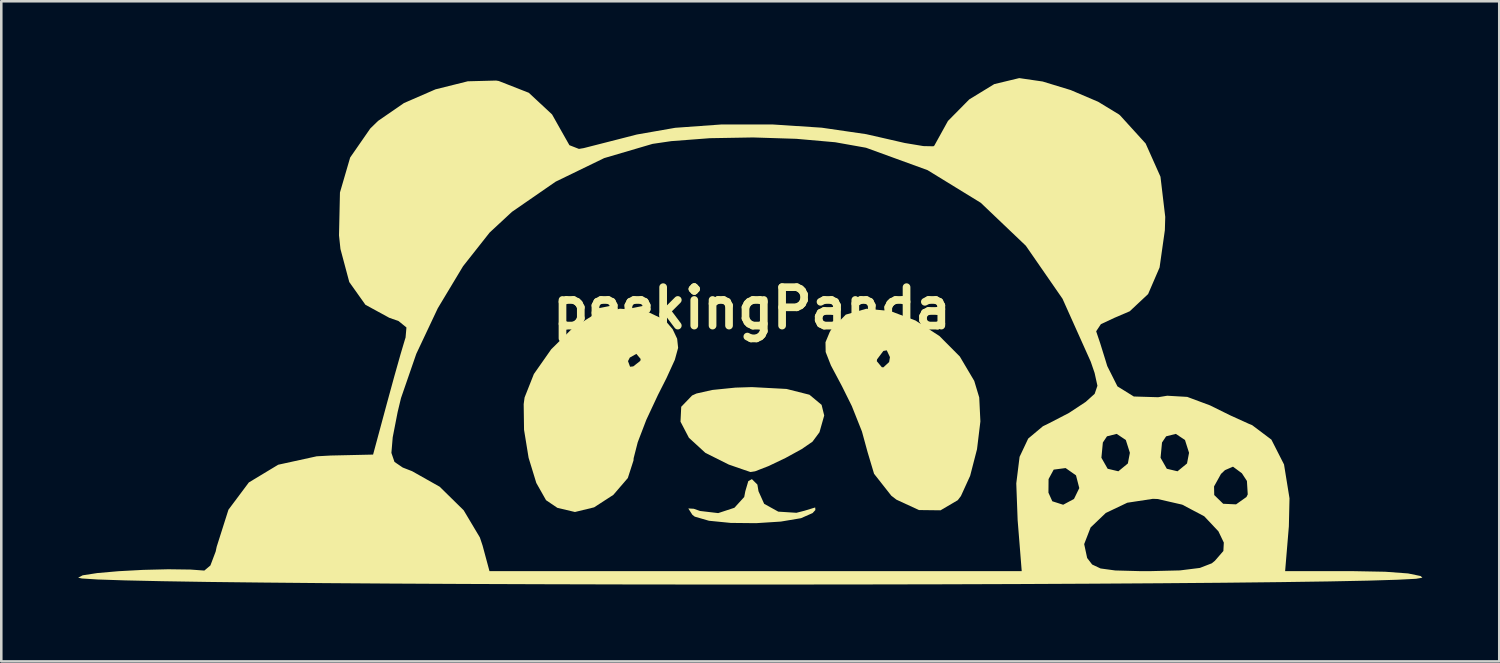
<source format=kicad_pcb>
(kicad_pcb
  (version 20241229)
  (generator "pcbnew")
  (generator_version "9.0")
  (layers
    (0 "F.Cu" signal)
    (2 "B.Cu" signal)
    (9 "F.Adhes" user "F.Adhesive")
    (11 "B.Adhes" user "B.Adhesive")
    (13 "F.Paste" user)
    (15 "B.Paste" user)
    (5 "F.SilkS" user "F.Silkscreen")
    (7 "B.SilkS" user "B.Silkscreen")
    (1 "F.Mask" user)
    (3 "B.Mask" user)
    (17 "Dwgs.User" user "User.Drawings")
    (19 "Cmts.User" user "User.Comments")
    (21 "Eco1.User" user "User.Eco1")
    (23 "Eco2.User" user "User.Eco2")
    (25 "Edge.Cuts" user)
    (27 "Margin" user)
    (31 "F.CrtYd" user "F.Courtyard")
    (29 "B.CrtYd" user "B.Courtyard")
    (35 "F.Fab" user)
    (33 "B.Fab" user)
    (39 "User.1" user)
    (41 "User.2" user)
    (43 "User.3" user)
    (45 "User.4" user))
  (footprint "peekingPanda"
    (layer "F.Cu")
    (at 26.298 8.98)
    (property "Reference" "peekingPanda" (at 0 0 0) (layer "F.SilkS") (effects (font (size 1.5 1.5) (thickness 0.3))))
    (attr board_only exclude_from_pos_files exclude_from_bom)
    (fp_poly (pts (xy 1.351 3.151) (xy 2.246 3.377) (xy 2.72 3.772) (xy 2.822 4.187) (xy 2.637 4.842) (xy 2.364 5.21) (xy 1.945 5.498) (xy 1.312 5.845) (xy 0.646 6.163) (xy 0.123 6.366) (xy -0.056 6.394) (xy -0.322 6.304) (xy -0.867 6.115) (xy -0.898 6.105) (xy -1.816 5.646) (xy -2.459 5.057) (xy -2.787 4.428) (xy -2.759 3.847) (xy -2.334 3.406) (xy -2.164 3.329) (xy -1.541 3.19) (xy -0.643 3.099) (xy 0 3.079)) (stroke (width 0) (type solid)) (fill yes) (layer "F.SilkS"))
    (fp_poly (pts (xy 0.214 6.884) (xy 0.257 7.143) (xy 0.478 7.635) (xy 1.029 7.94) (xy 1.738 7.985) (xy 2.053 7.904) (xy 2.47 7.777) (xy 2.477 7.877) (xy 2.368 7.996) (xy 1.915 8.196) (xy 1.127 8.328) (xy 0.161 8.39) (xy -0.826 8.38) (xy -1.676 8.296) (xy -2.231 8.135) (xy -2.326 8.061) (xy -2.483 7.815) (xy -2.269 7.828) (xy -2.024 7.914) (xy -1.316 7.997) (xy -0.683 7.789) (xy -0.3 7.368) (xy -0.257 7.143) (xy -0.141 6.749) (xy 0 6.671)) (stroke (width 0) (type solid)) (fill yes) (layer "F.SilkS"))
    (fp_poly (pts (xy -4.174 0.09) (xy -3.402 0.458) (xy -3.093 0.82) (xy -2.918 1.191) (xy -2.88 1.547) (xy -3.009 2.016) (xy -3.333 2.725) (xy -3.667 3.385) (xy -4.12 4.353) (xy -4.456 5.23) (xy -4.616 5.854) (xy -4.622 5.942) (xy -4.843 6.628) (xy -5.408 7.285) (xy -6.159 7.772) (xy -6.907 7.954) (xy -7.593 7.792) (xy -8.035 7.493) (xy -8.415 6.821) (xy -8.716 5.838) (xy -8.894 4.745) (xy -8.908 3.744) (xy -8.873 3.485) (xy -8.51 2.568) (xy -8.157 2.065) (xy -4.836 2.065) (xy -4.756 2.284) (xy -4.631 2.271) (xy -4.356 2.055) (xy -4.342 1.982) (xy -4.51 1.782) (xy -4.766 1.927) (xy -4.836 2.065) (xy -8.157 2.065) (xy -7.834 1.604) (xy -6.992 0.772) (xy -6.188 0.269) (xy -5.152 0.019)) (stroke (width 0) (type solid)) (fill yes) (layer "F.SilkS"))
    (fp_poly (pts (xy 5.404 0.111) (xy 6.385 0.48) (xy 7.319 1.085) (xy 8.114 1.884) (xy 8.678 2.836) (xy 8.873 3.485) (xy 8.918 4.418) (xy 8.786 5.504) (xy 8.518 6.542) (xy 8.158 7.331) (xy 8.035 7.493) (xy 7.362 7.888) (xy 6.52 7.878) (xy 5.642 7.473) (xy 5.441 7.318) (xy 4.768 6.463) (xy 4.515 5.617) (xy 4.295 4.812) (xy 3.899 3.818) (xy 3.519 3.052) (xy 3.085 2.235) (xy 3.019 2.068) (xy 4.875 2.068) (xy 5.07 2.302) (xy 5.131 2.309) (xy 5.356 2.1) (xy 5.388 1.909) (xy 5.263 1.644) (xy 5.131 1.668) (xy 4.885 1.996) (xy 4.875 2.068) (xy 3.019 2.068) (xy 2.879 1.71) (xy 2.872 1.328) (xy 3.034 0.938) (xy 3.087 0.841) (xy 3.664 0.25) (xy 4.466 0.021)) (stroke (width 0) (type solid)) (fill yes) (layer "F.SilkS"))
    (fp_poly (pts (xy 11.347 -8.849) (xy 12.445 -8.514) (xy 13.512 -8.059) (xy 14.323 -7.566) (xy 14.367 -7.53) (xy 15.368 -6.429) (xy 15.947 -5.132) (xy 16.133 -3.563) (xy 16.118 -3.045) (xy 15.912 -1.59) (xy 15.464 -0.552) (xy 14.746 0.12) (xy 14.148 0.376) (xy 13.621 0.623) (xy 13.438 0.899) (xy 13.445 0.926) (xy 13.589 1.352) (xy 13.803 2.039) (xy 13.869 2.257) (xy 14.268 3.051) (xy 14.906 3.446) (xy 15.855 3.474) (xy 16.21 3.416) (xy 16.991 3.461) (xy 17.878 3.791) (xy 18.672 4.183) (xy 19.397 4.512) (xy 19.523 4.563) (xy 20.276 5.129) (xy 20.769 6.098) (xy 20.983 7.42) (xy 20.958 8.512) (xy 20.812 10.263) (xy 23.491 10.263) (xy 24.719 10.286) (xy 25.612 10.352) (xy 26.1 10.453) (xy 26.17 10.519) (xy 25.92 10.561) (xy 25.199 10.598) (xy 24.047 10.633) (xy 22.507 10.664) (xy 20.619 10.691) (xy 18.425 10.715) (xy 15.967 10.735) (xy 13.285 10.752) (xy 10.422 10.766) (xy 7.419 10.776) (xy 4.317 10.782) (xy 1.157 10.785) (xy -2.018 10.785) (xy -5.168 10.781) (xy -8.251 10.773) (xy -11.226 10.762) (xy -14.05 10.748) (xy -16.684 10.73) (xy -19.085 10.708) (xy -21.212 10.684) (xy -23.023 10.655) (xy -24.478 10.623) (xy -25.534 10.588) (xy -26.15 10.549) (xy -26.298 10.519) (xy -26.121 10.425) (xy -25.556 10.338) (xy -24.727 10.265) (xy -23.76 10.213) (xy -22.779 10.189) (xy -21.91 10.201) (xy -21.372 10.24) (xy -21.136 10.041) (xy -20.93 9.497) (xy -20.89 9.309) (xy -20.431 7.864) (xy -19.635 6.8) (xy -18.49 6.109) (xy -16.987 5.78) (xy -16.443 5.75) (xy -14.786 5.713) (xy -14.768 5.647) (xy -14.071 5.647) (xy -13.951 5.999) (xy -13.628 6.219) (xy -13.263 6.361) (xy -12.186 6.968) (xy -11.251 7.886) (xy -10.618 8.947) (xy -10.512 9.265) (xy -10.243 10.263) (xy 0.144 10.263) (xy 10.531 10.263) (xy 10.447 9.207) (xy 12.969 9.207) (xy 13.085 9.749) (xy 13.28 10.004) (xy 13.608 10.158) (xy 14.182 10.236) (xy 15.118 10.261) (xy 15.513 10.263) (xy 16.704 10.234) (xy 17.484 10.137) (xy 17.951 9.956) (xy 18.07 9.859) (xy 18.402 9.476) (xy 18.419 9.148) (xy 18.209 8.709) (xy 17.655 8.121) (xy 16.795 7.667) (xy 15.834 7.447) (xy 15.651 7.44) (xy 14.652 7.592) (xy 13.812 7.992) (xy 13.22 8.558) (xy 12.969 9.207) (xy 10.447 9.207) (xy 10.372 8.274) (xy 10.332 7.2) (xy 11.574 7.2) (xy 11.725 7.535) (xy 12.149 7.671) (xy 12.572 7.444) (xy 12.778 7.021) (xy 12.761 6.956) (xy 18.038 6.956) (xy 18.045 7.292) (xy 18.395 7.633) (xy 18.897 7.656) (xy 19.303 7.368) (xy 19.353 7.267) (xy 19.321 6.743) (xy 19.124 6.442) (xy 18.777 6.185) (xy 18.465 6.32) (xy 18.309 6.468) (xy 18.038 6.956) (xy 12.761 6.956) (xy 12.65 6.524) (xy 12.244 6.239) (xy 11.779 6.3) (xy 11.579 6.669) (xy 11.574 7.2) (xy 10.332 7.2) (xy 10.319 6.836) (xy 10.443 5.837) (xy 13.641 5.837) (xy 13.885 6.266) (xy 14.303 6.365) (xy 14.674 6.06) (xy 14.716 5.837) (xy 15.95 5.837) (xy 16.194 6.266) (xy 16.612 6.365) (xy 16.983 6.06) (xy 17.062 5.644) (xy 16.903 5.143) (xy 16.546 4.905) (xy 16.168 5) (xy 16.007 5.241) (xy 15.95 5.837) (xy 14.716 5.837) (xy 14.753 5.644) (xy 14.594 5.143) (xy 14.237 4.905) (xy 13.859 5) (xy 13.698 5.241) (xy 13.641 5.837) (xy 10.443 5.837) (xy 10.447 5.802) (xy 10.784 5.088) (xy 11.357 4.608) (xy 11.608 4.485) (xy 12.374 4.088) (xy 13.029 3.656) (xy 13.378 3.341) (xy 13.486 3.027) (xy 13.376 2.527) (xy 13.226 2.089) (xy 12.123 -0.37) (xy 10.691 -2.439) (xy 8.933 -4.114) (xy 6.856 -5.389) (xy 4.466 -6.259) (xy 4.435 -6.267) (xy 3.251 -6.478) (xy 1.731 -6.612) (xy 0.043 -6.665) (xy -1.641 -6.636) (xy -3.151 -6.521) (xy -3.878 -6.414) (xy -5.766 -5.859) (xy -7.661 -4.939) (xy -9.366 -3.761) (xy -10.236 -2.954) (xy -11.274 -1.639) (xy -12.26 0.000275) (xy -13.099 1.779) (xy -13.697 3.509) (xy -13.828 4.054) (xy -14.02 5.039) (xy -14.071 5.647) (xy -14.768 5.647) (xy -14.24 3.69) (xy -13.961 2.671) (xy -13.713 1.793) (xy -13.541 1.215) (xy -13.518 1.144) (xy -13.484 0.751) (xy -13.794 0.5) (xy -14.154 0.374) (xy -15.085 -0.134) (xy -15.715 -1.021) (xy -16.06 -2.312) (xy -16.116 -2.844) (xy -16.079 -4.518) (xy -15.681 -5.882) (xy -14.896 -7.014) (xy -14.59 -7.312) (xy -13.582 -8.007) (xy -12.352 -8.542) (xy -11.09 -8.857) (xy -9.986 -8.886) (xy -9.882 -8.869) (xy -8.707 -8.408) (xy -7.8 -7.563) (xy -7.435 -6.914) (xy -7.123 -6.363) (xy -6.751 -6.218) (xy -6.566 -6.249) (xy -6.033 -6.385) (xy -5.206 -6.596) (xy -4.49 -6.78) (xy -2.992 -7.042) (xy -1.173 -7.173) (xy 0.791 -7.173) (xy 2.726 -7.046) (xy 4.456 -6.794) (xy 5.024 -6.665) (xy 5.966 -6.449) (xy 6.693 -6.328) (xy 7.084 -6.32) (xy 7.119 -6.345) (xy 7.652 -7.309) (xy 8.483 -8.15) (xy 9.459 -8.747) (xy 10.428 -8.98) (xy 10.447 -8.98)) (stroke (width 0) (type solid)) (fill yes) (layer "F.SilkS")))
  (gr_rect
    (start -3 -3)
    (end 55.468 22.765)
    (stroke (width 0.1) (type default))
    (fill no)
    (layer "Edge.Cuts")))
</source>
